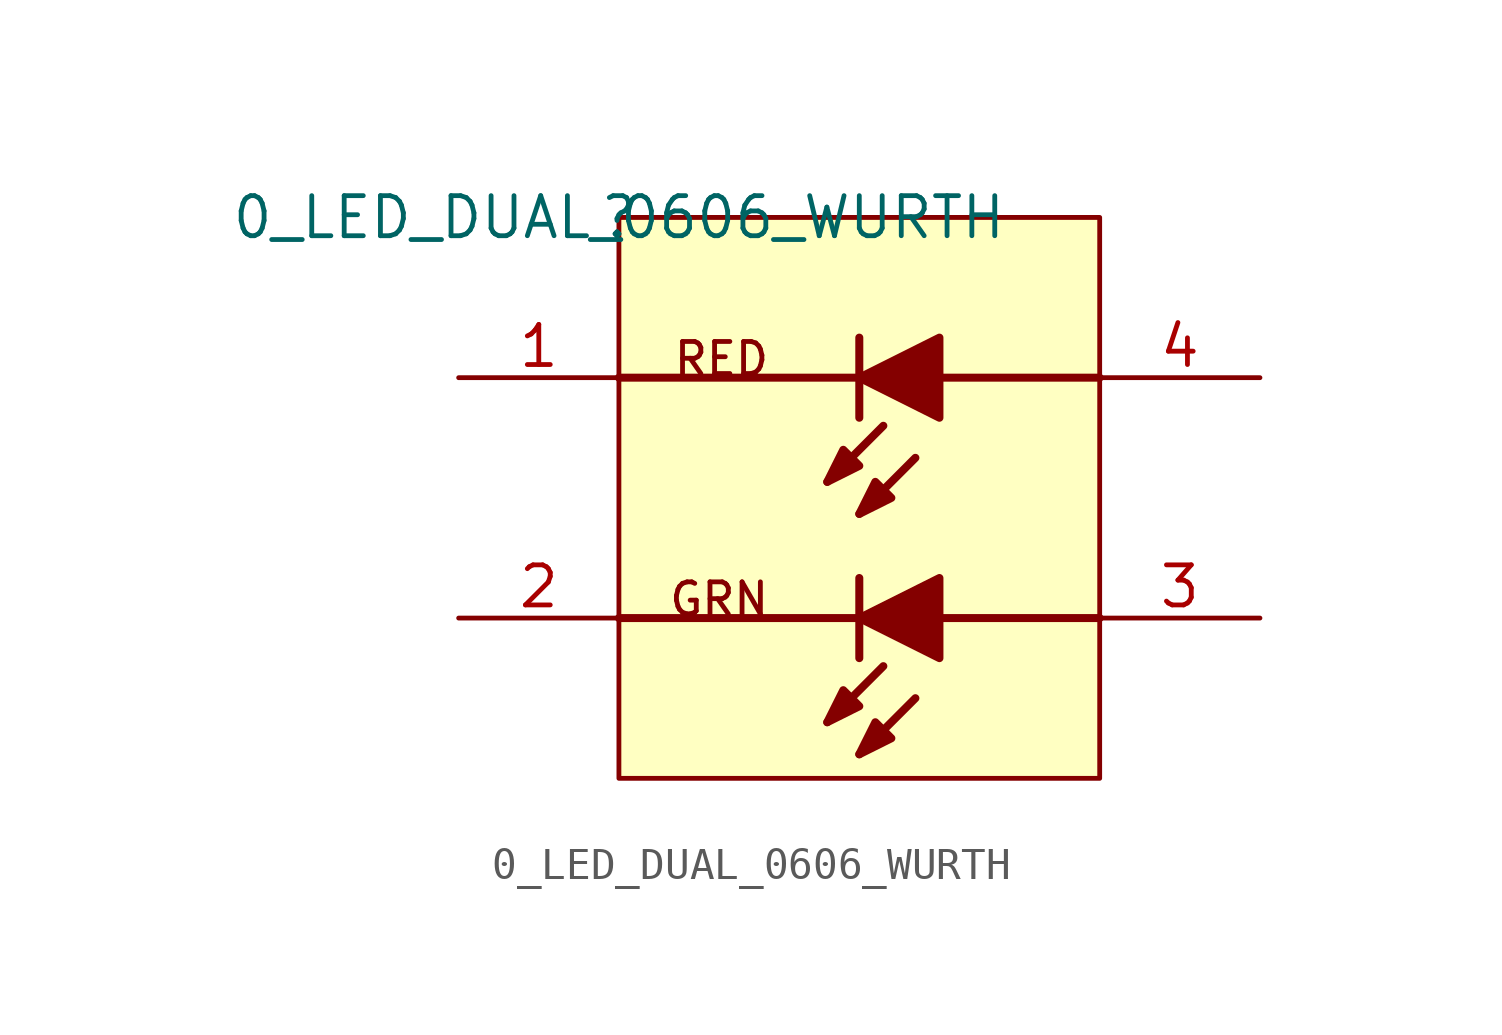
<source format=kicad_sym>
(kicad_symbol_lib
  (version 20210619)
  (generator kicad_symbol_editor)
  (symbol "OSD19001_BREAKOUTS-altium-import:0_LED_DUAL_0606_WURTH"
    (property "Reference" ""
      (at 0 0 0)
      (effects (font (size 1.27 1.27))))
    (property "Value" "0_LED_DUAL_0606_WURTH"
      (at 0 0 0)
      (effects (font (size 1.27 1.27))))
    (symbol "0_LED_DUAL_0606_WURTH_1_0"
      (text "GRN" (at 4.826 -12.7 0) (effects (font (size 1.016 1.016)) (justify right bottom)))
      (text "RED" (at 4.826 -5.08 0) (effects (font (size 1.016 1.016)) (justify right bottom)))
      (rectangle (start 15.24 0) (end 0 -17.78) (stroke (width 0)) (fill (type background)))
      (polyline (pts (xy 0 -12.7) (xy 7.62 -12.7)) (stroke (width 0.254)) (fill (type none)))
      (polyline (pts (xy 0 -5.08) (xy 7.62 -5.08)) (stroke (width 0.254)) (fill (type none)))
      (polyline (pts (xy 7.62 -13.97) (xy 7.62 -11.43)) (stroke (width 0.254)) (fill (type none)))
      (polyline (pts (xy 7.62 -6.35) (xy 7.62 -3.81)) (stroke (width 0.254)) (fill (type none)))
      (polyline (pts (xy 8.382 -14.224) (xy 6.604 -16.002)) (stroke (width 0.254)) (fill (type none)))
      (polyline (pts (xy 8.382 -6.604) (xy 6.604 -8.382)) (stroke (width 0.254)) (fill (type none)))
      (polyline (pts (xy 9.398 -15.24) (xy 7.62 -17.018)) (stroke (width 0.254)) (fill (type none)))
      (polyline (pts (xy 9.398 -7.62) (xy 7.62 -9.398)) (stroke (width 0.254)) (fill (type none)))
      (polyline (pts (xy 10.16 -12.7) (xy 15.24 -12.7)) (stroke (width 0.254)) (fill (type none)))
      (polyline (pts (xy 10.16 -5.08) (xy 15.24 -5.08)) (stroke (width 0.254)) (fill (type none)))
      (polyline (pts (xy 6.604 -16.002) (xy 7.62 -15.494) (xy 7.112 -14.986) (xy 6.604 -16.002)) (stroke (width 0.254)) (fill (type outline)))
      (polyline (pts (xy 6.604 -8.382) (xy 7.62 -7.874) (xy 7.112 -7.366) (xy 6.604 -8.382)) (stroke (width 0.254)) (fill (type outline)))
      (polyline (pts (xy 7.62 -17.018) (xy 8.636 -16.51) (xy 8.128 -16.002) (xy 7.62 -17.018)) (stroke (width 0.254)) (fill (type outline)))
      (polyline (pts (xy 7.62 -9.398) (xy 8.636 -8.89) (xy 8.128 -8.382) (xy 7.62 -9.398)) (stroke (width 0.254)) (fill (type outline)))
      (polyline (pts (xy 10.16 -11.43) (xy 7.62 -12.7) (xy 10.16 -13.97) (xy 10.16 -11.43)) (stroke (width 0.254)) (fill (type outline)))
      (polyline (pts (xy 10.16 -3.81) (xy 7.62 -5.08) (xy 10.16 -6.35) (xy 10.16 -3.81)) (stroke (width 0.254)) (fill (type outline)))
      (pin passive line (at 20.32 -12.7 180) (length 5.08) (name "A" (effects (font (size 0 0)))) (number "3" (effects (font (size 1.27 1.27)))))
      (pin passive line (at -5.08 -5.08 0) (length 5.08) (name "K" (effects (font (size 0 0)))) (number "1" (effects (font (size 1.27 1.27)))))
      (pin passive line (at -5.08 -12.7 0) (length 5.08) (name "K" (effects (font (size 0 0)))) (number "2" (effects (font (size 1.27 1.27)))))
      (pin passive line (at 20.32 -5.08 180) (length 5.08) (name "A" (effects (font (size 0 0)))) (number "4" (effects (font (size 1.27 1.27))))))))
</source>
